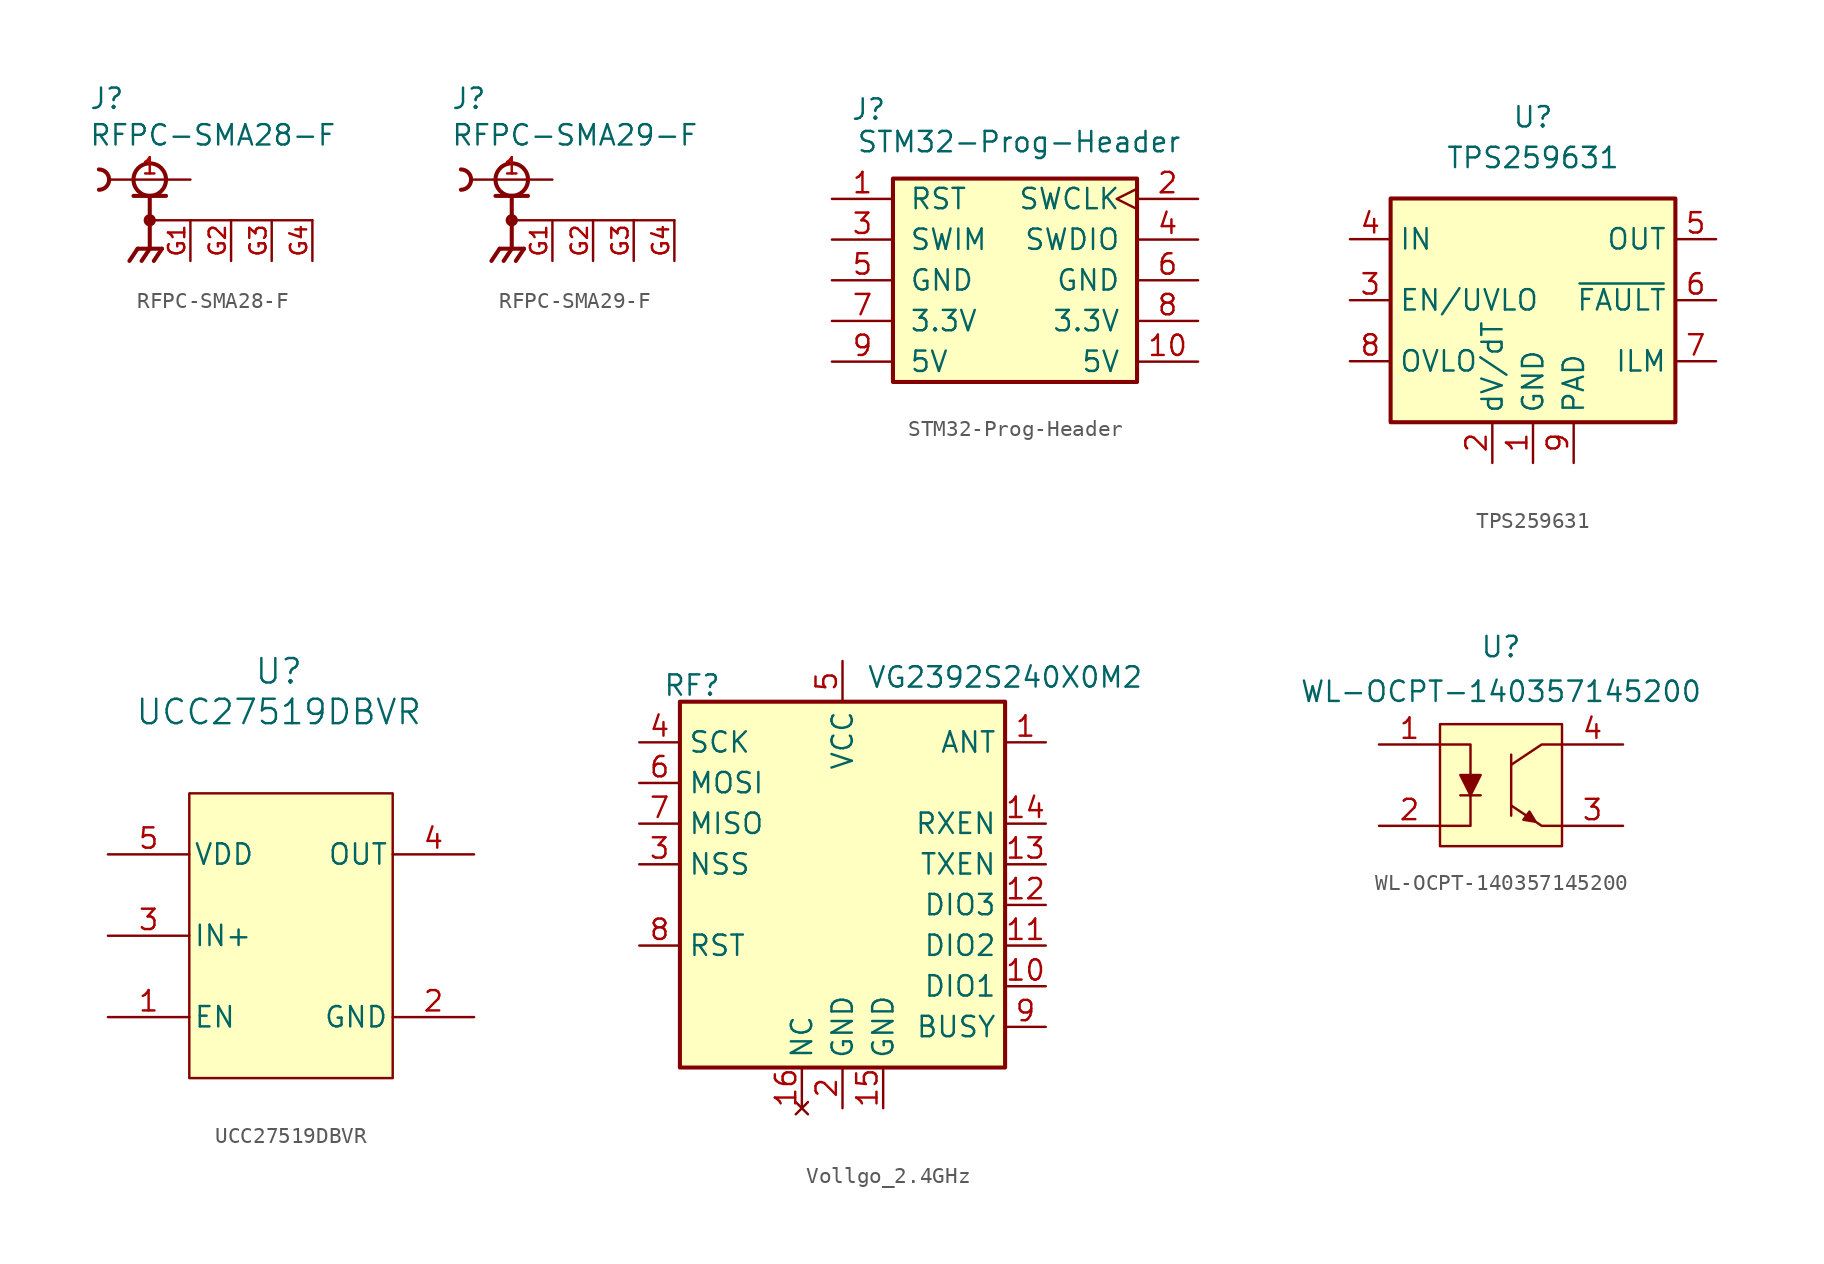
<source format=kicad_sym>
(kicad_symbol_lib
  (version 20231120)
  (generator "kicad_symbol_editor")
  (generator_version "8.0")
  (symbol "RFPC-SMA28-F"
    (pin_names
      (offset 1.016))
    (property "Reference" "J"
      (at -3.81 4.318 0)
      (effects (font (size 1.27 1.27)) (justify left bottom)))
    (property "Value" "RFPC-SMA28-F"
      (at -3.81 2.032 0)
      (effects (font (size 1.27 1.27)) (justify left bottom)))
    (symbol "RFPC-SMA28-F_0_0"
      (arc (start -3.175 -0.635) (mid -2.726 -0.449) (end -2.54 0) (stroke (width 0.254) (type default)) (fill (type none)))
      (arc (start -2.54 0) (mid -2.726 0.449) (end -3.175 0.635) (stroke (width 0.254) (type default)) (fill (type none)))
      (circle (center 0 -2.54) (radius 0.254) (stroke (width 0.254) (type default)) (fill (type none)))
      (polyline (pts (xy -1.016 -1.016) (xy 0 -1.016)) (stroke (width 0.254) (type default)) (fill (type none)))
      (polyline (pts (xy -0.762 -4.318) (xy -1.27 -5.08)) (stroke (width 0.254) (type default)) (fill (type none)))
      (polyline (pts (xy 0 -4.318) (xy -0.762 -4.318)) (stroke (width 0.254) (type default)) (fill (type none)))
      (polyline (pts (xy 0 -4.318) (xy -0.508 -5.08)) (stroke (width 0.254) (type default)) (fill (type none)))
      (polyline (pts (xy 0 -4.318) (xy 0.762 -4.318)) (stroke (width 0.254) (type default)) (fill (type none)))
      (polyline (pts (xy 0 -2.54) (xy 0 -4.318)) (stroke (width 0.254) (type default)) (fill (type none)))
      (polyline (pts (xy 0 -2.54) (xy 10.16 -2.54)) (stroke (width 0.152) (type default)) (fill (type none)))
      (polyline (pts (xy 0 -1.016) (xy 0 -2.54)) (stroke (width 0.254) (type default)) (fill (type none)))
      (polyline (pts (xy 0 -1.016) (xy 1.016 -1.016)) (stroke (width 0.254) (type default)) (fill (type none)))
      (polyline (pts (xy 0.762 -4.318) (xy 0.254 -5.08)) (stroke (width 0.254) (type default)) (fill (type none)))
      (circle (center 0 0) (radius 1.016) (stroke (width 0.254) (type default)) (fill (type none)))
      (pin passive line (at 2.54 0 180) (length 5.08) (name "~" (effects (font (size 1.016 1.016)))) (number "1" (effects (font (size 1.016 1.016)))))
      (pin power_in line (at 2.54 -5.08 90) (length 2.54) (name "~" (effects (font (size 1.016 1.016)))) (number "G1" (effects (font (size 1.016 1.016)))))
      (pin power_in line (at 5.08 -5.08 90) (length 2.54) (name "~" (effects (font (size 1.016 1.016)))) (number "G2" (effects (font (size 1.016 1.016)))))
      (pin power_in line (at 7.62 -5.08 90) (length 2.54) (name "~" (effects (font (size 1.016 1.016)))) (number "G3" (effects (font (size 1.016 1.016)))))
      (pin power_in line (at 10.16 -5.08 90) (length 2.54) (name "~" (effects (font (size 1.016 1.016)))) (number "G4" (effects (font (size 1.016 1.016)))))))
  (symbol "RFPC-SMA29-F"
    (pin_names
      (offset 1.016))
    (property "Reference" "J"
      (at -3.81 4.318 0)
      (effects (font (size 1.27 1.27)) (justify left bottom)))
    (property "Value" "RFPC-SMA29-F"
      (at -3.81 2.032 0)
      (effects (font (size 1.27 1.27)) (justify left bottom)))
    (symbol "RFPC-SMA29-F_0_0"
      (arc (start -3.175 -0.635) (mid -2.726 -0.449) (end -2.54 0) (stroke (width 0.254) (type default)) (fill (type none)))
      (arc (start -2.54 0) (mid -2.726 0.449) (end -3.175 0.635) (stroke (width 0.254) (type default)) (fill (type none)))
      (circle (center 0 -2.54) (radius 0.254) (stroke (width 0.254) (type default)) (fill (type none)))
      (polyline (pts (xy -1.016 -1.016) (xy 0 -1.016)) (stroke (width 0.254) (type default)) (fill (type none)))
      (polyline (pts (xy -0.762 -4.318) (xy -1.27 -5.08)) (stroke (width 0.254) (type default)) (fill (type none)))
      (polyline (pts (xy 0 -4.318) (xy -0.762 -4.318)) (stroke (width 0.254) (type default)) (fill (type none)))
      (polyline (pts (xy 0 -4.318) (xy -0.508 -5.08)) (stroke (width 0.254) (type default)) (fill (type none)))
      (polyline (pts (xy 0 -4.318) (xy 0.762 -4.318)) (stroke (width 0.254) (type default)) (fill (type none)))
      (polyline (pts (xy 0 -2.54) (xy 0 -4.318)) (stroke (width 0.254) (type default)) (fill (type none)))
      (polyline (pts (xy 0 -2.54) (xy 10.16 -2.54)) (stroke (width 0.152) (type default)) (fill (type none)))
      (polyline (pts (xy 0 -1.016) (xy 0 -2.54)) (stroke (width 0.254) (type default)) (fill (type none)))
      (polyline (pts (xy 0 -1.016) (xy 1.016 -1.016)) (stroke (width 0.254) (type default)) (fill (type none)))
      (polyline (pts (xy 0.762 -4.318) (xy 0.254 -5.08)) (stroke (width 0.254) (type default)) (fill (type none)))
      (circle (center 0 0) (radius 1.016) (stroke (width 0.254) (type default)) (fill (type none)))
      (pin passive line (at 2.54 0 180) (length 5.08) (name "~" (effects (font (size 1.016 1.016)))) (number "1" (effects (font (size 1.016 1.016)))))
      (pin power_in line (at 2.54 -5.08 90) (length 2.54) (name "~" (effects (font (size 1.016 1.016)))) (number "G1" (effects (font (size 1.016 1.016)))))
      (pin power_in line (at 5.08 -5.08 90) (length 2.54) (name "~" (effects (font (size 1.016 1.016)))) (number "G2" (effects (font (size 1.016 1.016)))))
      (pin power_in line (at 7.62 -5.08 90) (length 2.54) (name "~" (effects (font (size 1.016 1.016)))) (number "G3" (effects (font (size 1.016 1.016)))))
      (pin power_in line (at 10.16 -5.08 90) (length 2.54) (name "~" (effects (font (size 1.016 1.016)))) (number "G4" (effects (font (size 1.016 1.016)))))))
  (symbol "STM32-Prog-Header"
    (pin_names
      (offset 1.016))
    (property "Reference" "J"
      (at -9.144 10.668 0)
      (effects (font (size 1.27 1.27))))
    (property "Value" "STM32-Prog-Header"
      (at 0.254 8.636 0)
      (effects (font (size 1.27 1.27))))
    (symbol "STM32-Prog-Header_1_1"
      (rectangle (start -7.62 6.35) (end 7.62 -6.35) (stroke (width 0.254) (type default)) (fill (type background)))
      (pin passive line (at -11.43 5.08 0) (length 3.81) (name "RST" (effects (font (size 1.27 1.27)))) (number "1" (effects (font (size 1.27 1.27)))))
      (pin passive line (at 11.43 -5.08 180) (length 3.81) (name "5V" (effects (font (size 1.27 1.27)))) (number "10" (effects (font (size 1.27 1.27)))))
      (pin passive clock (at 11.43 5.08 180) (length 3.81) (name "SWCLK" (effects (font (size 1.27 1.27)))) (number "2" (effects (font (size 1.27 1.27)))))
      (pin passive line (at -11.43 2.54 0) (length 3.81) (name "SWIM" (effects (font (size 1.27 1.27)))) (number "3" (effects (font (size 1.27 1.27)))))
      (pin passive line (at 11.43 2.54 180) (length 3.81) (name "SWDIO" (effects (font (size 1.27 1.27)))) (number "4" (effects (font (size 1.27 1.27)))))
      (pin passive line (at -11.43 0 0) (length 3.81) (name "GND" (effects (font (size 1.27 1.27)))) (number "5" (effects (font (size 1.27 1.27)))))
      (pin passive line (at 11.43 0 180) (length 3.81) (name "GND" (effects (font (size 1.27 1.27)))) (number "6" (effects (font (size 1.27 1.27)))))
      (pin passive line (at -11.43 -2.54 0) (length 3.81) (name "3.3V" (effects (font (size 1.27 1.27)))) (number "7" (effects (font (size 1.27 1.27)))))
      (pin passive line (at 11.43 -2.54 180) (length 3.81) (name "3.3V" (effects (font (size 1.27 1.27)))) (number "8" (effects (font (size 1.27 1.27)))))
      (pin passive line (at -11.43 -5.08 0) (length 3.81) (name "5V" (effects (font (size 1.27 1.27)))) (number "9" (effects (font (size 1.27 1.27)))))))
  (symbol "TPS259631"
    (property "Reference" "U"
      (at 0 11.43 0)
      (effects (font (size 1.27 1.27))))
    (property "Value" "TPS259631"
      (at 0 8.89 0)
      (effects (font (size 1.27 1.27))))
    (symbol "TPS259631_0_1"
      (rectangle (start -8.89 6.35) (end 8.89 -7.62) (stroke (width 0.254) (type default)) (fill (type background))))
    (symbol "TPS259631_1_1"
      (pin power_in line (at 0 -10.16 90) (length 2.54) (name "GND" (effects (font (size 1.27 1.27)))) (number "1" (effects (font (size 1.27 1.27)))))
      (pin input line (at -2.54 -10.16 90) (length 2.54) (name "dV/dT" (effects (font (size 1.27 1.27)))) (number "2" (effects (font (size 1.27 1.27)))))
      (pin input line (at -11.43 0 0) (length 2.54) (name "EN/UVLO" (effects (font (size 1.27 1.27)))) (number "3" (effects (font (size 1.27 1.27)))))
      (pin power_in line (at -11.43 3.81 0) (length 2.54) (name "IN" (effects (font (size 1.27 1.27)))) (number "4" (effects (font (size 1.27 1.27)))))
      (pin power_out line (at 11.43 3.81 180) (length 2.54) (name "OUT" (effects (font (size 1.27 1.27)))) (number "5" (effects (font (size 1.27 1.27)))))
      (pin output line (at 11.43 0 180) (length 2.54) (name "~{FAULT}" (effects (font (size 1.27 1.27)))) (number "6" (effects (font (size 1.27 1.27)))))
      (pin input line (at 11.43 -3.81 180) (length 2.54) (name "ILM" (effects (font (size 1.27 1.27)))) (number "7" (effects (font (size 1.27 1.27)))))
      (pin input line (at -11.43 -3.81 0) (length 2.54) (name "OVLO" (effects (font (size 1.27 1.27)))) (number "8" (effects (font (size 1.27 1.27)))))
      (pin input line (at 2.54 -10.16 90) (length 2.54) (name "PAD" (effects (font (size 1.27 1.27)))) (number "9" (effects (font (size 1.27 1.27)))))))
  (symbol "UCC27519DBVR"
    (pin_names
      (offset 0.254))
    (property "Reference" "U"
      (at -0.762 16.51 0)
      (effects (font (size 1.524 1.524))))
    (property "Value" "UCC27519DBVR"
      (at -0.762 13.97 0)
      (effects (font (size 1.524 1.524))))
    (property "ki_locked" ""
      (at 0 0 0)
      (effects (font (size 1.27 1.27))))
    (symbol "UCC27519DBVR_0_1"
      (pin input line (at -11.43 -5.08 0) (length 5.08) (name "EN" (effects (font (size 1.27 1.27)))) (number "1" (effects (font (size 1.27 1.27)))))
      (pin power_in line (at 11.43 -5.08 180) (length 5.08) (name "GND" (effects (font (size 1.27 1.27)))) (number "2" (effects (font (size 1.27 1.27)))))
      (pin input line (at -11.43 0 0) (length 5.08) (name "IN+" (effects (font (size 1.27 1.27)))) (number "3" (effects (font (size 1.27 1.27)))))
      (pin output line (at 11.43 5.08 180) (length 5.08) (name "OUT" (effects (font (size 1.27 1.27)))) (number "4" (effects (font (size 1.27 1.27)))))
      (pin power_in line (at -11.43 5.08 0) (length 5.08) (name "VDD" (effects (font (size 1.27 1.27)))) (number "5" (effects (font (size 1.27 1.27))))))
    (symbol "UCC27519DBVR_1_1"
      (rectangle (start -6.35 8.89) (end 6.35 -8.89) (stroke (width 0) (type default)) (fill (type background)))))
  (symbol "Vollgo_2.4GHz"
    (property "Reference" "RF"
      (at -9.398 11.176 0)
      (effects (font (size 1.27 1.27))))
    (property "Value" "VG2392S240X0M2"
      (at 10.16 11.684 0)
      (effects (font (size 1.27 1.27))))
    (symbol "Vollgo_2.4GHz_0_1"
      (rectangle (start -10.16 10.16) (end 10.16 -12.7) (stroke (width 0.254) (type default)) (fill (type background))))
    (symbol "Vollgo_2.4GHz_1_1"
      (pin bidirectional line (at 12.7 7.62 180) (length 2.54) (name "ANT" (effects (font (size 1.27 1.27)))) (number "1" (effects (font (size 1.27 1.27)))))
      (pin bidirectional line (at 12.7 -7.62 180) (length 2.54) (name "DIO1" (effects (font (size 1.27 1.27)))) (number "10" (effects (font (size 1.27 1.27)))))
      (pin bidirectional line (at 12.7 -5.08 180) (length 2.54) (name "DIO2" (effects (font (size 1.27 1.27)))) (number "11" (effects (font (size 1.27 1.27)))))
      (pin bidirectional line (at 12.7 -2.54 180) (length 2.54) (name "DIO3" (effects (font (size 1.27 1.27)))) (number "12" (effects (font (size 1.27 1.27)))))
      (pin bidirectional line (at 12.7 0 180) (length 2.54) (name "TXEN" (effects (font (size 1.27 1.27)))) (number "13" (effects (font (size 1.27 1.27)))))
      (pin bidirectional line (at 12.7 2.54 180) (length 2.54) (name "RXEN" (effects (font (size 1.27 1.27)))) (number "14" (effects (font (size 1.27 1.27)))))
      (pin power_in line (at 2.54 -15.24 90) (length 2.54) (name "GND" (effects (font (size 1.27 1.27)))) (number "15" (effects (font (size 1.27 1.27)))))
      (pin no_connect line (at -2.54 -15.24 90) (length 2.54) (name "NC" (effects (font (size 1.27 1.27)))) (number "16" (effects (font (size 1.27 1.27)))))
      (pin power_in line (at 0 -15.24 90) (length 2.54) (name "GND" (effects (font (size 1.27 1.27)))) (number "2" (effects (font (size 1.27 1.27)))))
      (pin input line (at -12.7 0 0) (length 2.54) (name "NSS" (effects (font (size 1.27 1.27)))) (number "3" (effects (font (size 1.27 1.27)))))
      (pin input line (at -12.7 7.62 0) (length 2.54) (name "SCK" (effects (font (size 1.27 1.27)))) (number "4" (effects (font (size 1.27 1.27)))))
      (pin power_in line (at 0 12.7 270) (length 2.54) (name "VCC" (effects (font (size 1.27 1.27)))) (number "5" (effects (font (size 1.27 1.27)))))
      (pin input line (at -12.7 5.08 0) (length 2.54) (name "MOSI" (effects (font (size 1.27 1.27)))) (number "6" (effects (font (size 1.27 1.27)))))
      (pin output line (at -12.7 2.54 0) (length 2.54) (name "MISO" (effects (font (size 1.27 1.27)))) (number "7" (effects (font (size 1.27 1.27)))))
      (pin bidirectional line (at -12.7 -5.08 0) (length 2.54) (name "RST" (effects (font (size 1.27 1.27)))) (number "8" (effects (font (size 1.27 1.27)))))
      (pin bidirectional line (at 12.7 -10.16 180) (length 2.54) (name "BUSY" (effects (font (size 1.27 1.27)))) (number "9" (effects (font (size 1.27 1.27)))))))
  (symbol "WL-OCPT-140357145200"
    (property "Reference" "U"
      (at 0 8.636 0)
      (effects (font (size 1.27 1.27))))
    (property "Value" "WL-OCPT-140357145200"
      (at 0 5.842 0)
      (effects (font (size 1.27 1.27))))
    (symbol "WL-OCPT-140357145200_0_1"
      (rectangle (start -3.81 3.81) (end 3.81 -3.81) (stroke (width 0) (type solid)) (fill (type background)))
      (polyline (pts (xy -2.54 -0.635) (xy -1.27 -0.635)) (stroke (width 0) (type solid)) (fill (type none)))
      (polyline (pts (xy 0.635 1.905) (xy 0.635 -1.905)) (stroke (width 0) (type solid)) (fill (type none)))
      (polyline (pts (xy -3.81 -2.54) (xy -1.905 -2.54) (xy -1.905 -0.635)) (stroke (width 0) (type solid)) (fill (type none)))
      (polyline (pts (xy -3.81 2.54) (xy -1.905 2.54) (xy -1.905 0.635)) (stroke (width 0) (type solid)) (fill (type none)))
      (polyline (pts (xy 0.635 -1.27) (xy 2.54 -2.54) (xy 3.81 -2.54)) (stroke (width 0) (type solid)) (fill (type none)))
      (polyline (pts (xy 0.635 1.27) (xy 2.54 2.54) (xy 3.81 2.54)) (stroke (width 0) (type solid)) (fill (type none)))
      (polyline (pts (xy -2.54 0.635) (xy -1.27 0.635) (xy -1.905 -0.635) (xy -2.54 0.635)) (stroke (width 0) (type solid)) (fill (type outline)))
      (polyline (pts (xy 2.159 -2.286) (xy 1.778 -1.651) (xy 1.397 -2.159) (xy 2.159 -2.286)) (stroke (width 0) (type solid)) (fill (type outline))))
    (symbol "WL-OCPT-140357145200_1_1"
      (pin passive line (at -7.62 2.54 0) (length 3.81) (name "~" (effects (font (size 1.27 1.27)))) (number "1" (effects (font (size 1.27 1.27)))))
      (pin passive line (at -7.62 -2.54 0) (length 3.81) (name "~" (effects (font (size 1.27 1.27)))) (number "2" (effects (font (size 1.27 1.27)))))
      (pin passive line (at 7.62 -2.54 180) (length 3.81) (name "~" (effects (font (size 1.27 1.27)))) (number "3" (effects (font (size 1.27 1.27)))))
      (pin passive line (at 7.62 2.54 180) (length 3.81) (name "~" (effects (font (size 1.27 1.27)))) (number "4" (effects (font (size 1.27 1.27))))))))
</source>
